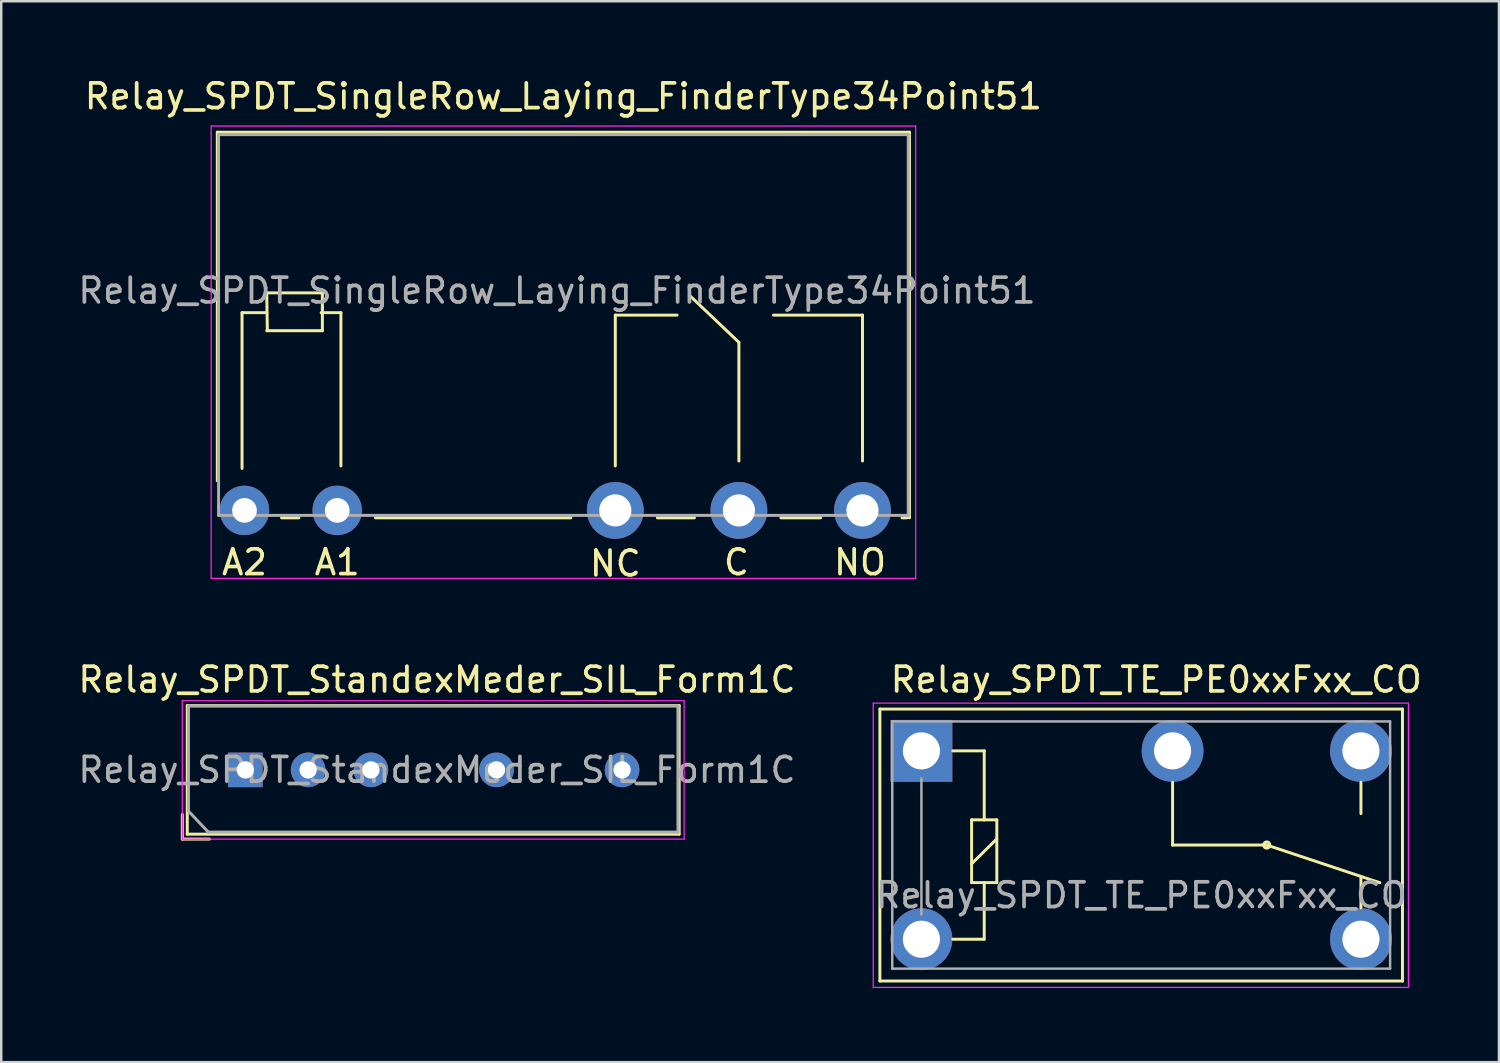
<source format=kicad_pcb>
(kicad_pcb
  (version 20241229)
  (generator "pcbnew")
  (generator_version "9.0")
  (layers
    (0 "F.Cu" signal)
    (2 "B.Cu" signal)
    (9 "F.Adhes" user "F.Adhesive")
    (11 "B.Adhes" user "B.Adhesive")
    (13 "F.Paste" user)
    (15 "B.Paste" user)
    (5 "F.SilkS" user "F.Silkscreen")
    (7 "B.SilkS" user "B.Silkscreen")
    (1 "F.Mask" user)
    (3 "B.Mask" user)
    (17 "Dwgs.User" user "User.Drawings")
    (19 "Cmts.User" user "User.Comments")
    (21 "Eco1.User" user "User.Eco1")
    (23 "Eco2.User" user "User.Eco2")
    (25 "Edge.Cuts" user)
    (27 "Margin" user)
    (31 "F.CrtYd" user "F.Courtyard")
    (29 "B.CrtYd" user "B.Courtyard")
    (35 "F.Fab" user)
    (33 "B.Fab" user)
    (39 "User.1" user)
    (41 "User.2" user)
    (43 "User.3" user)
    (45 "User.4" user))
  (footprint "Relay_SPDT_TE_PE0xxFxx_CO"
    (layer "F.Cu")
    (at 34.225 34.945)
    (property "Reference" "Relay_SPDT_TE_PE0xxFxx_CO" (at 9.5 -10.5 180) (layer "F.SilkS") (effects (font (size 1 1) (thickness 0.15))))
    (attr through_hole)
    (fp_line (start -1.68 -9.31) (end 19.46 -9.31) (stroke (width 0.12) (type solid)) (layer "F.SilkS"))
    (fp_line (start -1.68 1.69) (end -1.68 -9.31) (stroke (width 0.12) (type solid)) (layer "F.SilkS"))
    (fp_line (start -1.68 1.69) (end 19.46 1.69) (stroke (width 0.12) (type solid)) (layer "F.SilkS"))
    (fp_line (start 1.27 0) (end 2.54 0) (stroke (width 0.12) (type solid)) (layer "F.SilkS"))
    (fp_line (start 2.03 -4.83) (end 2.54 -4.83) (stroke (width 0.12) (type solid)) (layer "F.SilkS"))
    (fp_line (start 2.03 -3.05) (end 3.05 -4.06) (stroke (width 0.12) (type solid)) (layer "F.SilkS"))
    (fp_line (start 2.03 -2.29) (end 2.03 -4.83) (stroke (width 0.12) (type solid)) (layer "F.SilkS"))
    (fp_line (start 2.54 -7.62) (end 1.27 -7.62) (stroke (width 0.12) (type solid)) (layer "F.SilkS"))
    (fp_line (start 2.54 -4.83) (end 2.54 -7.62) (stroke (width 0.12) (type solid)) (layer "F.SilkS"))
    (fp_line (start 2.54 -4.83) (end 3.05 -4.83) (stroke (width 0.12) (type solid)) (layer "F.SilkS"))
    (fp_line (start 2.54 -2.29) (end 2.03 -2.29) (stroke (width 0.12) (type solid)) (layer "F.SilkS"))
    (fp_line (start 2.54 0) (end 2.54 -2.29) (stroke (width 0.12) (type solid)) (layer "F.SilkS"))
    (fp_line (start 3.05 -4.83) (end 3.05 -2.29) (stroke (width 0.12) (type solid)) (layer "F.SilkS"))
    (fp_line (start 3.05 -2.29) (end 2.54 -2.29) (stroke (width 0.12) (type solid)) (layer "F.SilkS"))
    (fp_line (start 10.16 -3.81) (end 10.16 -6.35) (stroke (width 0.12) (type solid)) (layer "F.SilkS"))
    (fp_line (start 10.16 -3.81) (end 13.97 -3.81) (stroke (width 0.12) (type solid)) (layer "F.SilkS"))
    (fp_line (start 13.97 -3.81) (end 18.542 -2.286) (stroke (width 0.12) (type solid)) (layer "F.SilkS"))
    (fp_line (start 17.78 -6.35) (end 17.78 -5.08) (stroke (width 0.12) (type solid)) (layer "F.SilkS"))
    (fp_line (start 17.78 -1.27) (end 17.78 -2.54) (stroke (width 0.12) (type solid)) (layer "F.SilkS"))
    (fp_line (start 19.46 1.69) (end 19.46 -9.31) (stroke (width 0.12) (type solid)) (layer "F.SilkS"))
    (fp_circle (center 13.97 -3.81) (end 14.097 -3.81) (stroke (width 0.12) (type solid)) (fill no) (layer "F.SilkS"))
    (fp_line (start -1.95 -9.55) (end 19.7 -9.55) (stroke (width 0.05) (type solid)) (layer "F.CrtYd"))
    (fp_line (start -1.95 1.95) (end -1.95 -9.55) (stroke (width 0.05) (type solid)) (layer "F.CrtYd"))
    (fp_line (start 19.7 -9.55) (end 19.7 1.95) (stroke (width 0.05) (type solid)) (layer "F.CrtYd"))
    (fp_line (start 19.7 1.95) (end -1.95 1.95) (stroke (width 0.05) (type solid)) (layer "F.CrtYd"))
    (fp_line (start -1.18 -8.81) (end 18.96 -8.81) (stroke (width 0.1) (type solid)) (layer "F.Fab"))
    (fp_line (start -1.18 1.19) (end -1.18 -8.81) (stroke (width 0.1) (type solid)) (layer "F.Fab"))
    (fp_line (start 0 -1) (end 0 -6.5) (stroke (width 0.1) (type solid)) (layer "F.Fab"))
    (fp_line (start 18.96 -8.81) (end 18.96 1.19) (stroke (width 0.1) (type solid)) (layer "F.Fab"))
    (fp_line (start 18.96 1.19) (end -1.18 1.19) (stroke (width 0.1) (type solid)) (layer "F.Fab"))
    (fp_text user "${REFERENCE}" (at 8.89 -1.778 0) (layer "F.Fab") (effects (font (size 1 1) (thickness 0.15))))
    (pad "11" thru_hole circle (at 10.16 -7.62 180) (size 2.5 2.5) (drill 1.5) (layers "*.Cu" "*.Mask"))
    (pad "12" thru_hole circle (at 17.78 0 180) (size 2.5 2.5) (drill 1.5) (layers "*.Cu" "*.Mask"))
    (pad "14" thru_hole circle (at 17.78 -7.62 180) (size 2.5 2.5) (drill 1.5) (layers "*.Cu" "*.Mask"))
    (pad "A1" thru_hole rect (at 0 -7.62 180) (size 2.5 2.5) (drill 1.5) (layers "*.Cu" "*.Mask"))
    (pad "A2" thru_hole circle (at 0 0 180) (size 2.5 2.5) (drill 1.5) (layers "*.Cu" "*.Mask")))
  (footprint "Relay_SPDT_StandexMeder_SIL_Form1C"
    (layer "F.Cu")
    (at 6.875 28.095)
    (property "Reference" "Relay_SPDT_StandexMeder_SIL_Form1C" (at 7.75 -3.65 0) (layer "F.SilkS") (effects (font (size 1 1) (thickness 0.15))))
    (attr through_hole)
    (fp_line (start -2.55 2.8) (end -2.55 1.8) (stroke (width 0.12) (type solid)) (layer "F.SilkS"))
    (fp_line (start -2.35 -2.6) (end 17.55 -2.6) (stroke (width 0.12) (type solid)) (layer "F.SilkS"))
    (fp_line (start -2.35 2.6) (end -2.35 -2.6) (stroke (width 0.12) (type solid)) (layer "F.SilkS"))
    (fp_line (start -1.45 2.8) (end -2.55 2.8) (stroke (width 0.12) (type solid)) (layer "F.SilkS"))
    (fp_line (start 17.55 -2.6) (end 17.55 2.6) (stroke (width 0.12) (type solid)) (layer "F.SilkS"))
    (fp_line (start 17.55 2.6) (end -2.35 2.6) (stroke (width 0.12) (type solid)) (layer "F.SilkS"))
    (fp_line (start -2.55 -2.8) (end -2.55 2.8) (stroke (width 0.05) (type solid)) (layer "F.CrtYd"))
    (fp_line (start -2.55 -2.8) (end 17.75 -2.8) (stroke (width 0.05) (type solid)) (layer "F.CrtYd"))
    (fp_line (start 17.75 2.8) (end -2.55 2.8) (stroke (width 0.05) (type solid)) (layer "F.CrtYd"))
    (fp_line (start 17.75 2.8) (end 17.75 -2.8) (stroke (width 0.05) (type solid)) (layer "F.CrtYd"))
    (fp_line (start -2.3 -2.583) (end 17.5 -2.583) (stroke (width 0.12) (type solid)) (layer "F.Fab"))
    (fp_line (start -2.3 1.667) (end -2.3 -2.583) (stroke (width 0.12) (type solid)) (layer "F.Fab"))
    (fp_line (start -1.5 2.517) (end -2.3 1.667) (stroke (width 0.12) (type solid)) (layer "F.Fab"))
    (fp_line (start 17.5 -2.583) (end 17.5 2.517) (stroke (width 0.12) (type solid)) (layer "F.Fab"))
    (fp_line (start 17.5 2.517) (end -1.5 2.517) (stroke (width 0.12) (type solid)) (layer "F.Fab"))
    (fp_text user "${REFERENCE}" (at 7.75 0 0) (layer "F.Fab") (effects (font (size 1 1) (thickness 0.15))))
    (pad "1" thru_hole rect (at 0 0) (size 1.4 1.4) (drill 0.7) (layers "*.Cu" "*.Mask"))
    (pad "2" thru_hole circle (at 2.54 0) (size 1.4 1.4) (drill 0.7) (layers "*.Cu" "*.Mask"))
    (pad "3" thru_hole circle (at 5.08 0) (size 1.4 1.4) (drill 0.7) (layers "*.Cu" "*.Mask"))
    (pad "5" thru_hole circle (at 10.16 0) (size 1.4 1.4) (drill 0.7) (layers "*.Cu" "*.Mask"))
    (pad "7" thru_hole circle (at 15.24 0) (size 1.4 1.4) (drill 0.7) (layers "*.Cu" "*.Mask")))
  (footprint "Relay_SPDT_SingleRow_Laying_FinderType34Point51"
    (layer "F.Cu")
    (at 10.592 17.598)
    (property "Reference" "Relay_SPDT_SingleRow_Laying_FinderType34Point51" (at 9.149 -16.75 0) (layer "F.SilkS") (effects (font (size 1 1) (thickness 0.15))))
    (attr through_hole)
    (fp_line (start -4.851 -15.3) (end -4.851 -1.2) (stroke (width 0.12) (type solid)) (layer "F.SilkS"))
    (fp_line (start -3.851 -8) (end -3.851 -1.7) (stroke (width 0.12) (type solid)) (layer "F.SilkS"))
    (fp_line (start -2.851 -8.8) (end -2.827 -7.27) (stroke (width 0.12) (type solid)) (layer "F.SilkS"))
    (fp_line (start -2.851 -8) (end -3.851 -8) (stroke (width 0.12) (type solid)) (layer "F.SilkS"))
    (fp_line (start -2.851 -7.27) (end -0.601 -7.27) (stroke (width 0.12) (type solid)) (layer "F.SilkS"))
    (fp_line (start -1.551 0.3) (end -2.251 0.3) (stroke (width 0.12) (type solid)) (layer "F.SilkS"))
    (fp_line (start -0.651 -8) (end 0.149 -8) (stroke (width 0.12) (type solid)) (layer "F.SilkS"))
    (fp_line (start -0.601 -8.8) (end -2.827 -8.8) (stroke (width 0.12) (type solid)) (layer "F.SilkS"))
    (fp_line (start -0.601 -8.15) (end -0.601 -8.8) (stroke (width 0.12) (type solid)) (layer "F.SilkS"))
    (fp_line (start -0.601 -7.27) (end -0.601 -8.2) (stroke (width 0.12) (type solid)) (layer "F.SilkS"))
    (fp_line (start 0.149 -8) (end 0.149 -1.8) (stroke (width 0.12) (type solid)) (layer "F.SilkS"))
    (fp_line (start 9.449 0.3) (end 1.549 0.3) (stroke (width 0.12) (type solid)) (layer "F.SilkS"))
    (fp_line (start 11.249 -7.9) (end 11.249 -1.8) (stroke (width 0.12) (type solid)) (layer "F.SilkS"))
    (fp_line (start 13.749 -7.9) (end 11.249 -7.9) (stroke (width 0.12) (type solid)) (layer "F.SilkS"))
    (fp_line (start 14.449 0.3) (end 12.949 0.3) (stroke (width 0.12) (type solid)) (layer "F.SilkS"))
    (fp_line (start 16.249 -6.8) (end 14.249 -8.7) (stroke (width 0.12) (type solid)) (layer "F.SilkS"))
    (fp_line (start 16.249 -2) (end 16.249 -6.8) (stroke (width 0.12) (type solid)) (layer "F.SilkS"))
    (fp_line (start 17.649 -7.9) (end 21.249 -7.9) (stroke (width 0.12) (type solid)) (layer "F.SilkS"))
    (fp_line (start 19.549 0.3) (end 17.949 0.3) (stroke (width 0.12) (type solid)) (layer "F.SilkS"))
    (fp_line (start 21.249 -7.9) (end 21.249 -2) (stroke (width 0.12) (type solid)) (layer "F.SilkS"))
    (fp_line (start 23.049 0.3) (end 22.849 0.3) (stroke (width 0.12) (type solid)) (layer "F.SilkS"))
    (fp_line (start 23.149 -15.3) (end -4.851 -15.3) (stroke (width 0.12) (type solid)) (layer "F.SilkS"))
    (fp_line (start 23.149 -15.3) (end 23.149 0.3) (stroke (width 0.12) (type solid)) (layer "F.SilkS"))
    (fp_line (start -5.1 2.75) (end -5.1 -15.55) (stroke (width 0.05) (type solid)) (layer "F.CrtYd"))
    (fp_line (start 23.4 -15.55) (end -5.1 -15.55) (stroke (width 0.05) (type solid)) (layer "F.CrtYd"))
    (fp_line (start 23.4 2.75) (end -5.1 2.75) (stroke (width 0.05) (type solid)) (layer "F.CrtYd"))
    (fp_line (start 23.4 2.75) (end 23.4 -15.55) (stroke (width 0.05) (type solid)) (layer "F.CrtYd"))
    (fp_line (start -4.8 -15.2) (end 23.1 -15.2) (stroke (width 0.12) (type solid)) (layer "F.Fab"))
    (fp_line (start -4.8 0.2) (end -4.8 -15.2) (stroke (width 0.12) (type solid)) (layer "F.Fab"))
    (fp_line (start 23.1 -15.2) (end 23.1 0.2) (stroke (width 0.12) (type solid)) (layer "F.Fab"))
    (fp_line (start 23.1 0.2) (end -4.8 0.2) (stroke (width 0.12) (type solid)) (layer "F.Fab"))
    (fp_text user "A2" (at -3.751 2.1 0) (layer "F.SilkS") (effects (font (size 1 1) (thickness 0.15))))
    (fp_text user "A1" (at -0.001 2.1 0) (layer "F.SilkS") (effects (font (size 1 1) (thickness 0.15))))
    (fp_text user "NC" (at 11.249 2.15 0) (layer "F.SilkS") (effects (font (size 1 1) (thickness 0.15))))
    (fp_text user "NO" (at 21.149 2.1 0) (layer "F.SilkS") (effects (font (size 1 1) (thickness 0.15))))
    (fp_text user "C" (at 16.149 2.1 0) (layer "F.SilkS") (effects (font (size 1 1) (thickness 0.15))))
    (fp_text user "${REFERENCE}" (at 8.89 -8.89 0) (layer "F.Fab") (effects (font (size 1 1) (thickness 0.15))))
    (pad "11" thru_hole circle (at 16.249 0) (size 2.3 2.3) (drill 1.3) (layers "*.Cu" "*.Mask"))
    (pad "12" thru_hole circle (at 11.249 0) (size 2.3 2.3) (drill 1.3) (layers "*.Cu" "*.Mask"))
    (pad "14" thru_hole circle (at 21.249 0) (size 2.3 2.3) (drill 1.3) (layers "*.Cu" "*.Mask"))
    (pad "A1" thru_hole circle (at 0 0) (size 2 2) (drill 1) (layers "*.Cu" "*.Mask"))
    (pad "A2" thru_hole circle (at -3.752 0) (size 2 2) (drill 1) (layers "*.Cu" "*.Mask")))
  (gr_rect
    (start -3 -3)
    (end 57.588 39.92)
    (stroke (width 0.1) (type default))
    (fill no)
    (layer "Edge.Cuts")))
</source>
